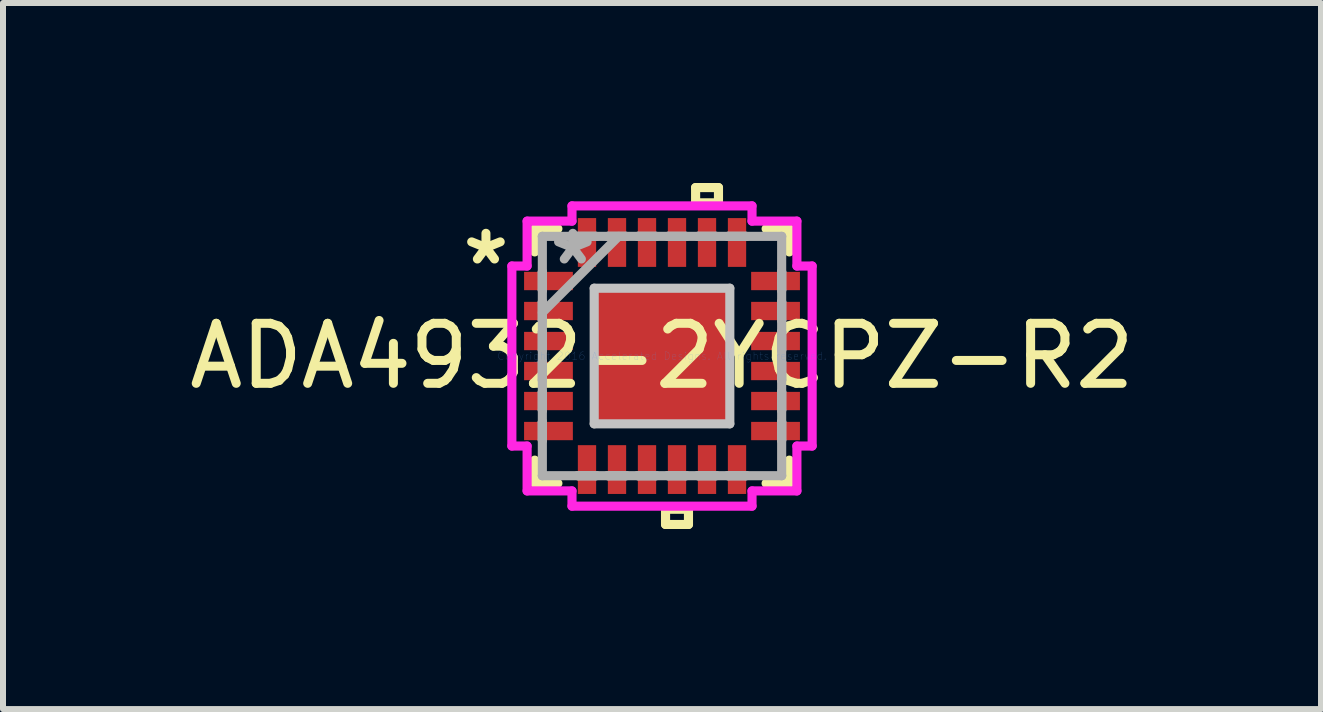
<source format=kicad_pcb>
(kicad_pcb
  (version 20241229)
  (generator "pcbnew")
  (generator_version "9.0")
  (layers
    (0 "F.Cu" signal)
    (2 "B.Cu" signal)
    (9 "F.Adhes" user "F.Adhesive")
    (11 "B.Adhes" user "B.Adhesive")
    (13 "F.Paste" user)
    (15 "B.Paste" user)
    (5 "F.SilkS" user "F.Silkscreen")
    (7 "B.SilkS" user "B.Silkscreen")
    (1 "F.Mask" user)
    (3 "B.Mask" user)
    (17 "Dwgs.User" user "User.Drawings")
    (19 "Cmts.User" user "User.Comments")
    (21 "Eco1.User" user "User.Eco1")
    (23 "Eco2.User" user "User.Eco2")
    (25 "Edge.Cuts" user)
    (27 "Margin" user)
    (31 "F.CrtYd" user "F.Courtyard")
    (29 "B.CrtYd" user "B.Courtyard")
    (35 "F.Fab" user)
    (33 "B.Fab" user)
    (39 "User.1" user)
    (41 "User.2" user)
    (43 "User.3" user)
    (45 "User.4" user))
  (footprint "ADA4932-2YCPZ-R2"
    (layer "F.Cu")
    (at 7.982 2.883)
    (property "Reference" "ADA4932-2YCPZ-R2" (at 0 0 0) (layer "F.SilkS") (effects (font (size 1 1) (thickness 0.15))))
    (attr through_hole)
    (fp_line (start -2.121 -2.121) (end -2.121 -1.735) (stroke (width 0.152) (type solid)) (layer "F.SilkS"))
    (fp_line (start -2.121 1.735) (end -2.121 2.121) (stroke (width 0.152) (type solid)) (layer "F.SilkS"))
    (fp_line (start -2.121 2.121) (end -1.735 2.121) (stroke (width 0.152) (type solid)) (layer "F.SilkS"))
    (fp_line (start -1.735 -2.121) (end -2.121 -2.121) (stroke (width 0.152) (type solid)) (layer "F.SilkS"))
    (fp_line (start 0.059 2.553) (end 0.059 2.807) (stroke (width 0.152) (type solid)) (layer "F.SilkS"))
    (fp_line (start 0.059 2.807) (end 0.441 2.807) (stroke (width 0.152) (type solid)) (layer "F.SilkS"))
    (fp_line (start 0.441 2.553) (end 0.059 2.553) (stroke (width 0.152) (type solid)) (layer "F.SilkS"))
    (fp_line (start 0.441 2.807) (end 0.441 2.553) (stroke (width 0.152) (type solid)) (layer "F.SilkS"))
    (fp_line (start 0.56 -2.807) (end 0.941 -2.807) (stroke (width 0.152) (type solid)) (layer "F.SilkS"))
    (fp_line (start 0.56 -2.553) (end 0.56 -2.807) (stroke (width 0.152) (type solid)) (layer "F.SilkS"))
    (fp_line (start 0.941 -2.807) (end 0.941 -2.553) (stroke (width 0.152) (type solid)) (layer "F.SilkS"))
    (fp_line (start 0.941 -2.553) (end 0.56 -2.553) (stroke (width 0.152) (type solid)) (layer "F.SilkS"))
    (fp_line (start 1.735 2.121) (end 2.121 2.121) (stroke (width 0.152) (type solid)) (layer "F.SilkS"))
    (fp_line (start 2.121 -2.121) (end 1.735 -2.121) (stroke (width 0.152) (type solid)) (layer "F.SilkS"))
    (fp_line (start 2.121 -1.735) (end 2.121 -2.121) (stroke (width 0.152) (type solid)) (layer "F.SilkS"))
    (fp_line (start 2.121 2.121) (end 2.121 1.735) (stroke (width 0.152) (type solid)) (layer "F.SilkS"))
    (fp_line (start -1.13 -1.13) (end -1.13 1.13) (stroke (width 0.152) (type solid)) (layer "Dwgs.User"))
    (fp_line (start -1.13 1.13) (end 1.13 1.13) (stroke (width 0.152) (type solid)) (layer "Dwgs.User"))
    (fp_line (start 1.13 -1.13) (end -1.13 -1.13) (stroke (width 0.152) (type solid)) (layer "Dwgs.User"))
    (fp_line (start 1.13 1.13) (end 1.13 -1.13) (stroke (width 0.152) (type solid)) (layer "Dwgs.User"))
    (fp_line (start -2.502 -1.5) (end -2.248 -1.5) (stroke (width 0.152) (type solid)) (layer "F.CrtYd"))
    (fp_line (start -2.502 1.5) (end -2.502 -1.5) (stroke (width 0.152) (type solid)) (layer "F.CrtYd"))
    (fp_line (start -2.248 -2.248) (end -1.5 -2.248) (stroke (width 0.152) (type solid)) (layer "F.CrtYd"))
    (fp_line (start -2.248 -1.5) (end -2.248 -2.248) (stroke (width 0.152) (type solid)) (layer "F.CrtYd"))
    (fp_line (start -2.248 1.5) (end -2.502 1.5) (stroke (width 0.152) (type solid)) (layer "F.CrtYd"))
    (fp_line (start -2.248 2.248) (end -2.248 1.5) (stroke (width 0.152) (type solid)) (layer "F.CrtYd"))
    (fp_line (start -1.5 -2.502) (end 1.5 -2.502) (stroke (width 0.152) (type solid)) (layer "F.CrtYd"))
    (fp_line (start -1.5 -2.248) (end -1.5 -2.502) (stroke (width 0.152) (type solid)) (layer "F.CrtYd"))
    (fp_line (start -1.5 2.248) (end -2.248 2.248) (stroke (width 0.152) (type solid)) (layer "F.CrtYd"))
    (fp_line (start -1.5 2.502) (end -1.5 2.248) (stroke (width 0.152) (type solid)) (layer "F.CrtYd"))
    (fp_line (start 1.5 -2.502) (end 1.5 -2.248) (stroke (width 0.152) (type solid)) (layer "F.CrtYd"))
    (fp_line (start 1.5 -2.248) (end 2.248 -2.248) (stroke (width 0.152) (type solid)) (layer "F.CrtYd"))
    (fp_line (start 1.5 2.248) (end 1.5 2.502) (stroke (width 0.152) (type solid)) (layer "F.CrtYd"))
    (fp_line (start 1.5 2.502) (end -1.5 2.502) (stroke (width 0.152) (type solid)) (layer "F.CrtYd"))
    (fp_line (start 2.248 -2.248) (end 2.248 -1.5) (stroke (width 0.152) (type solid)) (layer "F.CrtYd"))
    (fp_line (start 2.248 -1.5) (end 2.502 -1.5) (stroke (width 0.152) (type solid)) (layer "F.CrtYd"))
    (fp_line (start 2.248 1.5) (end 2.248 2.248) (stroke (width 0.152) (type solid)) (layer "F.CrtYd"))
    (fp_line (start 2.248 2.248) (end 1.5 2.248) (stroke (width 0.152) (type solid)) (layer "F.CrtYd"))
    (fp_line (start 2.502 -1.5) (end 2.502 1.5) (stroke (width 0.152) (type solid)) (layer "F.CrtYd"))
    (fp_line (start 2.502 1.5) (end 2.248 1.5) (stroke (width 0.152) (type solid)) (layer "F.CrtYd"))
    (fp_line (start -1.994 -1.994) (end -1.994 -1.994) (stroke (width 0.152) (type solid)) (layer "F.Fab"))
    (fp_line (start -1.994 -1.994) (end -1.994 1.994) (stroke (width 0.152) (type solid)) (layer "F.Fab"))
    (fp_line (start -1.994 -1.402) (end -1.994 -1.402) (stroke (width 0.152) (type solid)) (layer "F.Fab"))
    (fp_line (start -1.994 -1.402) (end -1.994 -1.098) (stroke (width 0.152) (type solid)) (layer "F.Fab"))
    (fp_line (start -1.994 -1.098) (end -1.994 -1.402) (stroke (width 0.152) (type solid)) (layer "F.Fab"))
    (fp_line (start -1.994 -1.098) (end -1.994 -1.098) (stroke (width 0.152) (type solid)) (layer "F.Fab"))
    (fp_line (start -1.994 -0.902) (end -1.994 -0.902) (stroke (width 0.152) (type solid)) (layer "F.Fab"))
    (fp_line (start -1.994 -0.902) (end -1.994 -0.598) (stroke (width 0.152) (type solid)) (layer "F.Fab"))
    (fp_line (start -1.994 -0.724) (end -0.724 -1.994) (stroke (width 0.152) (type solid)) (layer "F.Fab"))
    (fp_line (start -1.994 -0.598) (end -1.994 -0.902) (stroke (width 0.152) (type solid)) (layer "F.Fab"))
    (fp_line (start -1.994 -0.598) (end -1.994 -0.598) (stroke (width 0.152) (type solid)) (layer "F.Fab"))
    (fp_line (start -1.994 -0.402) (end -1.994 -0.402) (stroke (width 0.152) (type solid)) (layer "F.Fab"))
    (fp_line (start -1.994 -0.402) (end -1.994 -0.098) (stroke (width 0.152) (type solid)) (layer "F.Fab"))
    (fp_line (start -1.994 -0.098) (end -1.994 -0.402) (stroke (width 0.152) (type solid)) (layer "F.Fab"))
    (fp_line (start -1.994 -0.098) (end -1.994 -0.098) (stroke (width 0.152) (type solid)) (layer "F.Fab"))
    (fp_line (start -1.994 0.098) (end -1.994 0.098) (stroke (width 0.152) (type solid)) (layer "F.Fab"))
    (fp_line (start -1.994 0.098) (end -1.994 0.402) (stroke (width 0.152) (type solid)) (layer "F.Fab"))
    (fp_line (start -1.994 0.402) (end -1.994 0.098) (stroke (width 0.152) (type solid)) (layer "F.Fab"))
    (fp_line (start -1.994 0.402) (end -1.994 0.402) (stroke (width 0.152) (type solid)) (layer "F.Fab"))
    (fp_line (start -1.994 0.598) (end -1.994 0.598) (stroke (width 0.152) (type solid)) (layer "F.Fab"))
    (fp_line (start -1.994 0.598) (end -1.994 0.902) (stroke (width 0.152) (type solid)) (layer "F.Fab"))
    (fp_line (start -1.994 0.902) (end -1.994 0.598) (stroke (width 0.152) (type solid)) (layer "F.Fab"))
    (fp_line (start -1.994 0.902) (end -1.994 0.902) (stroke (width 0.152) (type solid)) (layer "F.Fab"))
    (fp_line (start -1.994 1.098) (end -1.994 1.098) (stroke (width 0.152) (type solid)) (layer "F.Fab"))
    (fp_line (start -1.994 1.098) (end -1.994 1.402) (stroke (width 0.152) (type solid)) (layer "F.Fab"))
    (fp_line (start -1.994 1.402) (end -1.994 1.098) (stroke (width 0.152) (type solid)) (layer "F.Fab"))
    (fp_line (start -1.994 1.402) (end -1.994 1.402) (stroke (width 0.152) (type solid)) (layer "F.Fab"))
    (fp_line (start -1.994 1.994) (end -1.994 1.994) (stroke (width 0.152) (type solid)) (layer "F.Fab"))
    (fp_line (start -1.994 1.994) (end 1.994 1.994) (stroke (width 0.152) (type solid)) (layer "F.Fab"))
    (fp_line (start -1.402 -1.994) (end -1.402 -1.994) (stroke (width 0.152) (type solid)) (layer "F.Fab"))
    (fp_line (start -1.402 -1.994) (end -1.098 -1.994) (stroke (width 0.152) (type solid)) (layer "F.Fab"))
    (fp_line (start -1.402 1.994) (end -1.402 1.994) (stroke (width 0.152) (type solid)) (layer "F.Fab"))
    (fp_line (start -1.402 1.994) (end -1.098 1.994) (stroke (width 0.152) (type solid)) (layer "F.Fab"))
    (fp_line (start -1.098 -1.994) (end -1.402 -1.994) (stroke (width 0.152) (type solid)) (layer "F.Fab"))
    (fp_line (start -1.098 -1.994) (end -1.098 -1.994) (stroke (width 0.152) (type solid)) (layer "F.Fab"))
    (fp_line (start -1.098 1.994) (end -1.402 1.994) (stroke (width 0.152) (type solid)) (layer "F.Fab"))
    (fp_line (start -1.098 1.994) (end -1.098 1.994) (stroke (width 0.152) (type solid)) (layer "F.Fab"))
    (fp_line (start -0.902 -1.994) (end -0.902 -1.994) (stroke (width 0.152) (type solid)) (layer "F.Fab"))
    (fp_line (start -0.902 -1.994) (end -0.598 -1.994) (stroke (width 0.152) (type solid)) (layer "F.Fab"))
    (fp_line (start -0.902 1.994) (end -0.902 1.994) (stroke (width 0.152) (type solid)) (layer "F.Fab"))
    (fp_line (start -0.902 1.994) (end -0.598 1.994) (stroke (width 0.152) (type solid)) (layer "F.Fab"))
    (fp_line (start -0.598 -1.994) (end -0.902 -1.994) (stroke (width 0.152) (type solid)) (layer "F.Fab"))
    (fp_line (start -0.598 -1.994) (end -0.598 -1.994) (stroke (width 0.152) (type solid)) (layer "F.Fab"))
    (fp_line (start -0.598 1.994) (end -0.902 1.994) (stroke (width 0.152) (type solid)) (layer "F.Fab"))
    (fp_line (start -0.598 1.994) (end -0.598 1.994) (stroke (width 0.152) (type solid)) (layer "F.Fab"))
    (fp_line (start -0.402 -1.994) (end -0.402 -1.994) (stroke (width 0.152) (type solid)) (layer "F.Fab"))
    (fp_line (start -0.402 -1.994) (end -0.098 -1.994) (stroke (width 0.152) (type solid)) (layer "F.Fab"))
    (fp_line (start -0.402 1.994) (end -0.402 1.994) (stroke (width 0.152) (type solid)) (layer "F.Fab"))
    (fp_line (start -0.402 1.994) (end -0.098 1.994) (stroke (width 0.152) (type solid)) (layer "F.Fab"))
    (fp_line (start -0.098 -1.994) (end -0.402 -1.994) (stroke (width 0.152) (type solid)) (layer "F.Fab"))
    (fp_line (start -0.098 -1.994) (end -0.098 -1.994) (stroke (width 0.152) (type solid)) (layer "F.Fab"))
    (fp_line (start -0.098 1.994) (end -0.402 1.994) (stroke (width 0.152) (type solid)) (layer "F.Fab"))
    (fp_line (start -0.098 1.994) (end -0.098 1.994) (stroke (width 0.152) (type solid)) (layer "F.Fab"))
    (fp_line (start 0.098 -1.994) (end 0.098 -1.994) (stroke (width 0.152) (type solid)) (layer "F.Fab"))
    (fp_line (start 0.098 -1.994) (end 0.402 -1.994) (stroke (width 0.152) (type solid)) (layer "F.Fab"))
    (fp_line (start 0.098 1.994) (end 0.098 1.994) (stroke (width 0.152) (type solid)) (layer "F.Fab"))
    (fp_line (start 0.098 1.994) (end 0.402 1.994) (stroke (width 0.152) (type solid)) (layer "F.Fab"))
    (fp_line (start 0.402 -1.994) (end 0.098 -1.994) (stroke (width 0.152) (type solid)) (layer "F.Fab"))
    (fp_line (start 0.402 -1.994) (end 0.402 -1.994) (stroke (width 0.152) (type solid)) (layer "F.Fab"))
    (fp_line (start 0.402 1.994) (end 0.098 1.994) (stroke (width 0.152) (type solid)) (layer "F.Fab"))
    (fp_line (start 0.402 1.994) (end 0.402 1.994) (stroke (width 0.152) (type solid)) (layer "F.Fab"))
    (fp_line (start 0.598 -1.994) (end 0.598 -1.994) (stroke (width 0.152) (type solid)) (layer "F.Fab"))
    (fp_line (start 0.598 -1.994) (end 0.902 -1.994) (stroke (width 0.152) (type solid)) (layer "F.Fab"))
    (fp_line (start 0.598 1.994) (end 0.598 1.994) (stroke (width 0.152) (type solid)) (layer "F.Fab"))
    (fp_line (start 0.598 1.994) (end 0.902 1.994) (stroke (width 0.152) (type solid)) (layer "F.Fab"))
    (fp_line (start 0.902 -1.994) (end 0.598 -1.994) (stroke (width 0.152) (type solid)) (layer "F.Fab"))
    (fp_line (start 0.902 -1.994) (end 0.902 -1.994) (stroke (width 0.152) (type solid)) (layer "F.Fab"))
    (fp_line (start 0.902 1.994) (end 0.598 1.994) (stroke (width 0.152) (type solid)) (layer "F.Fab"))
    (fp_line (start 0.902 1.994) (end 0.902 1.994) (stroke (width 0.152) (type solid)) (layer "F.Fab"))
    (fp_line (start 1.098 -1.994) (end 1.098 -1.994) (stroke (width 0.152) (type solid)) (layer "F.Fab"))
    (fp_line (start 1.098 -1.994) (end 1.402 -1.994) (stroke (width 0.152) (type solid)) (layer "F.Fab"))
    (fp_line (start 1.098 1.994) (end 1.098 1.994) (stroke (width 0.152) (type solid)) (layer "F.Fab"))
    (fp_line (start 1.098 1.994) (end 1.402 1.994) (stroke (width 0.152) (type solid)) (layer "F.Fab"))
    (fp_line (start 1.402 -1.994) (end 1.098 -1.994) (stroke (width 0.152) (type solid)) (layer "F.Fab"))
    (fp_line (start 1.402 -1.994) (end 1.402 -1.994) (stroke (width 0.152) (type solid)) (layer "F.Fab"))
    (fp_line (start 1.402 1.994) (end 1.098 1.994) (stroke (width 0.152) (type solid)) (layer "F.Fab"))
    (fp_line (start 1.402 1.994) (end 1.402 1.994) (stroke (width 0.152) (type solid)) (layer "F.Fab"))
    (fp_line (start 1.994 -1.994) (end -1.994 -1.994) (stroke (width 0.152) (type solid)) (layer "F.Fab"))
    (fp_line (start 1.994 -1.994) (end 1.994 -1.994) (stroke (width 0.152) (type solid)) (layer "F.Fab"))
    (fp_line (start 1.994 -1.402) (end 1.994 -1.402) (stroke (width 0.152) (type solid)) (layer "F.Fab"))
    (fp_line (start 1.994 -1.402) (end 1.994 -1.098) (stroke (width 0.152) (type solid)) (layer "F.Fab"))
    (fp_line (start 1.994 -1.098) (end 1.994 -1.402) (stroke (width 0.152) (type solid)) (layer "F.Fab"))
    (fp_line (start 1.994 -1.098) (end 1.994 -1.098) (stroke (width 0.152) (type solid)) (layer "F.Fab"))
    (fp_line (start 1.994 -0.902) (end 1.994 -0.902) (stroke (width 0.152) (type solid)) (layer "F.Fab"))
    (fp_line (start 1.994 -0.902) (end 1.994 -0.598) (stroke (width 0.152) (type solid)) (layer "F.Fab"))
    (fp_line (start 1.994 -0.598) (end 1.994 -0.902) (stroke (width 0.152) (type solid)) (layer "F.Fab"))
    (fp_line (start 1.994 -0.598) (end 1.994 -0.598) (stroke (width 0.152) (type solid)) (layer "F.Fab"))
    (fp_line (start 1.994 -0.402) (end 1.994 -0.402) (stroke (width 0.152) (type solid)) (layer "F.Fab"))
    (fp_line (start 1.994 -0.402) (end 1.994 -0.098) (stroke (width 0.152) (type solid)) (layer "F.Fab"))
    (fp_line (start 1.994 -0.098) (end 1.994 -0.402) (stroke (width 0.152) (type solid)) (layer "F.Fab"))
    (fp_line (start 1.994 -0.098) (end 1.994 -0.098) (stroke (width 0.152) (type solid)) (layer "F.Fab"))
    (fp_line (start 1.994 0.098) (end 1.994 0.098) (stroke (width 0.152) (type solid)) (layer "F.Fab"))
    (fp_line (start 1.994 0.098) (end 1.994 0.402) (stroke (width 0.152) (type solid)) (layer "F.Fab"))
    (fp_line (start 1.994 0.402) (end 1.994 0.098) (stroke (width 0.152) (type solid)) (layer "F.Fab"))
    (fp_line (start 1.994 0.402) (end 1.994 0.402) (stroke (width 0.152) (type solid)) (layer "F.Fab"))
    (fp_line (start 1.994 0.598) (end 1.994 0.598) (stroke (width 0.152) (type solid)) (layer "F.Fab"))
    (fp_line (start 1.994 0.598) (end 1.994 0.902) (stroke (width 0.152) (type solid)) (layer "F.Fab"))
    (fp_line (start 1.994 0.902) (end 1.994 0.598) (stroke (width 0.152) (type solid)) (layer "F.Fab"))
    (fp_line (start 1.994 0.902) (end 1.994 0.902) (stroke (width 0.152) (type solid)) (layer "F.Fab"))
    (fp_line (start 1.994 1.098) (end 1.994 1.098) (stroke (width 0.152) (type solid)) (layer "F.Fab"))
    (fp_line (start 1.994 1.098) (end 1.994 1.402) (stroke (width 0.152) (type solid)) (layer "F.Fab"))
    (fp_line (start 1.994 1.402) (end 1.994 1.098) (stroke (width 0.152) (type solid)) (layer "F.Fab"))
    (fp_line (start 1.994 1.402) (end 1.994 1.402) (stroke (width 0.152) (type solid)) (layer "F.Fab"))
    (fp_line (start 1.994 1.994) (end 1.994 -1.994) (stroke (width 0.152) (type solid)) (layer "F.Fab"))
    (fp_line (start 1.994 1.994) (end 1.994 1.994) (stroke (width 0.152) (type solid)) (layer "F.Fab"))
    (fp_text user "*" (at -2.934 -1.5 0) (layer "F.SilkS") (effects (font (size 1 1) (thickness 0.15))))
    (fp_text user "Copyright 2016 Accelerated Designs. All rights reserved." (at 0 0 0) (layer "Cmts.User") (effects (font (size 0.127 0.127) (thickness 0.002))))
    (fp_text user "*" (at -1.486 -1.5 0) (layer "F.Fab") (effects (font (size 1 1) (thickness 0.15))))
    (pad "1" smd rect (at -1.892 -1.25 90) (size 0.305 0.813) (layers "F.Cu" "F.Mask" "F.Paste"))
    (pad "2" smd rect (at -1.892 -0.75 90) (size 0.305 0.813) (layers "F.Cu" "F.Mask" "F.Paste"))
    (pad "3" smd rect (at -1.892 -0.25 90) (size 0.305 0.813) (layers "F.Cu" "F.Mask" "F.Paste"))
    (pad "4" smd rect (at -1.892 0.25 90) (size 0.305 0.813) (layers "F.Cu" "F.Mask" "F.Paste"))
    (pad "5" smd rect (at -1.892 0.75 90) (size 0.305 0.813) (layers "F.Cu" "F.Mask" "F.Paste"))
    (pad "6" smd rect (at -1.892 1.25 90) (size 0.305 0.813) (layers "F.Cu" "F.Mask" "F.Paste"))
    (pad "7" smd rect (at -1.25 1.892) (size 0.305 0.813) (layers "F.Cu" "F.Mask" "F.Paste"))
    (pad "8" smd rect (at -0.75 1.892) (size 0.305 0.813) (layers "F.Cu" "F.Mask" "F.Paste"))
    (pad "9" smd rect (at -0.25 1.892) (size 0.305 0.813) (layers "F.Cu" "F.Mask" "F.Paste"))
    (pad "10" smd rect (at 0.25 1.892) (size 0.305 0.813) (layers "F.Cu" "F.Mask" "F.Paste"))
    (pad "11" smd rect (at 0.75 1.892) (size 0.305 0.813) (layers "F.Cu" "F.Mask" "F.Paste"))
    (pad "12" smd rect (at 1.25 1.892) (size 0.305 0.813) (layers "F.Cu" "F.Mask" "F.Paste"))
    (pad "13" smd rect (at 1.892 1.25 90) (size 0.305 0.813) (layers "F.Cu" "F.Mask" "F.Paste"))
    (pad "14" smd rect (at 1.892 0.75 90) (size 0.305 0.813) (layers "F.Cu" "F.Mask" "F.Paste"))
    (pad "15" smd rect (at 1.892 0.25 90) (size 0.305 0.813) (layers "F.Cu" "F.Mask" "F.Paste"))
    (pad "16" smd rect (at 1.892 -0.25 90) (size 0.305 0.813) (layers "F.Cu" "F.Mask" "F.Paste"))
    (pad "17" smd rect (at 1.892 -0.75 90) (size 0.305 0.813) (layers "F.Cu" "F.Mask" "F.Paste"))
    (pad "18" smd rect (at 1.892 -1.25 90) (size 0.305 0.813) (layers "F.Cu" "F.Mask" "F.Paste"))
    (pad "19" smd rect (at 1.25 -1.892) (size 0.305 0.813) (layers "F.Cu" "F.Mask" "F.Paste"))
    (pad "20" smd rect (at 0.75 -1.892) (size 0.305 0.813) (layers "F.Cu" "F.Mask" "F.Paste"))
    (pad "21" smd rect (at 0.25 -1.892) (size 0.305 0.813) (layers "F.Cu" "F.Mask" "F.Paste"))
    (pad "22" smd rect (at -0.25 -1.892) (size 0.305 0.813) (layers "F.Cu" "F.Mask" "F.Paste"))
    (pad "23" smd rect (at -0.75 -1.892) (size 0.305 0.813) (layers "F.Cu" "F.Mask" "F.Paste"))
    (pad "24" smd rect (at -1.25 -1.892) (size 0.305 0.813) (layers "F.Cu" "F.Mask" "F.Paste"))
    (pad "25" smd rect (at 0 0) (size 2.261 2.261) (layers "F.Cu" "F.Mask" "F.Paste")))
  (gr_rect
    (start -3 -3)
    (end 18.964 8.766)
    (stroke (width 0.1) (type default))
    (fill no)
    (layer "Edge.Cuts")))
</source>
